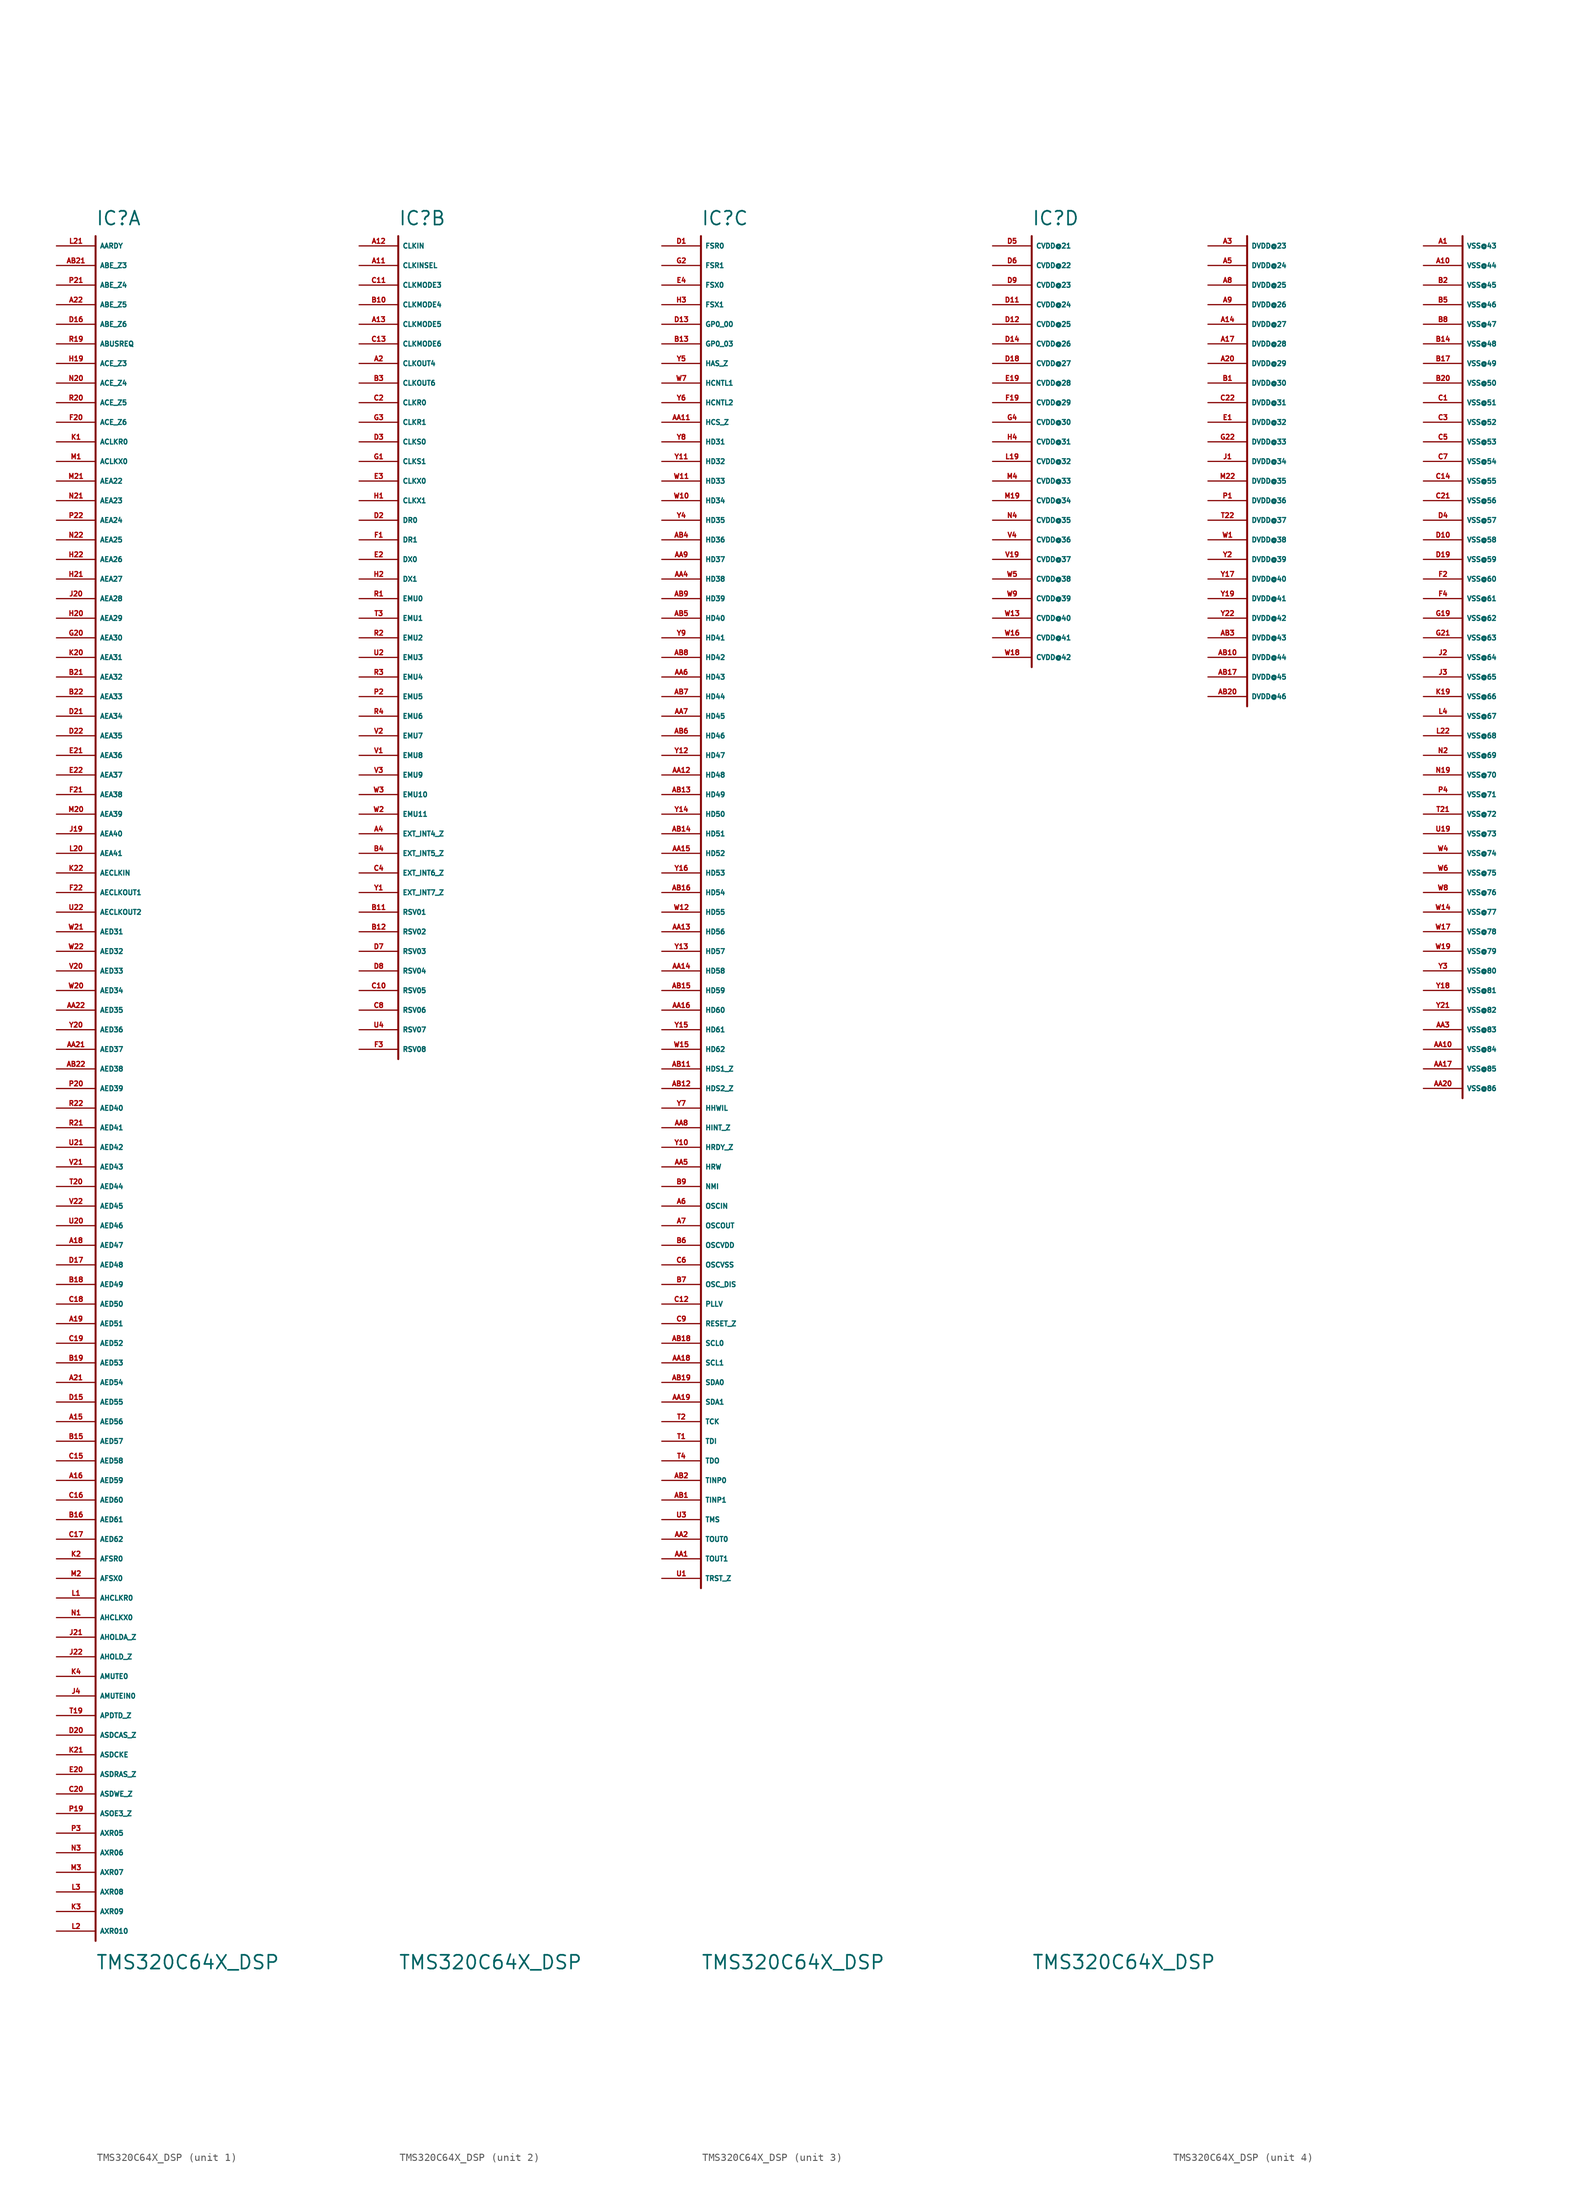
<source format=kicad_sym>
(kicad_symbol_lib
  (version 20220914)
  (generator Eagle2Kicad)
  (symbol "TMS320C64X_DSP"
    (property "Reference" "IC"
      (at 0 2.54 0)
      (effects (font (size 1.778 1.778) (thickness 0.22)) (justify left bottom)))
    (property "Value" "TMS320C64X_DSP"
      (at 0 -223.52 0)
      (effects (font (size 1.778 1.778) (thickness 0.22)) (justify left bottom)))
    (symbol "TMS320C64X_DSP_1_0"
      (polyline (pts (xy 0 1.27) (xy 0 -219.71)) (stroke (width 0.254) (type default)) (fill (type none)))
      (pin input line (at -5.08 0 0) (length 5.08) (name "AARDY" (effects (font (size 0.635 0.635) (thickness 0.08)) (justify left bottom))) (number "L21" (effects (font (size 0.635 0.635) (thickness 0.08)) (justify left bottom))))
      (pin output line (at -5.08 -2.54 0) (length 5.08) (name "ABE_Z3" (effects (font (size 0.635 0.635) (thickness 0.08)) (justify left bottom))) (number "AB21" (effects (font (size 0.635 0.635) (thickness 0.08)) (justify left bottom))))
      (pin output line (at -5.08 -5.08 0) (length 5.08) (name "ABE_Z4" (effects (font (size 0.635 0.635) (thickness 0.08)) (justify left bottom))) (number "P21" (effects (font (size 0.635 0.635) (thickness 0.08)) (justify left bottom))))
      (pin output line (at -5.08 -7.62 0) (length 5.08) (name "ABE_Z5" (effects (font (size 0.635 0.635) (thickness 0.08)) (justify left bottom))) (number "A22" (effects (font (size 0.635 0.635) (thickness 0.08)) (justify left bottom))))
      (pin output line (at -5.08 -10.16 0) (length 5.08) (name "ABE_Z6" (effects (font (size 0.635 0.635) (thickness 0.08)) (justify left bottom))) (number "D16" (effects (font (size 0.635 0.635) (thickness 0.08)) (justify left bottom))))
      (pin output line (at -5.08 -12.7 0) (length 5.08) (name "ABUSREQ" (effects (font (size 0.635 0.635) (thickness 0.08)) (justify left bottom))) (number "R19" (effects (font (size 0.635 0.635) (thickness 0.08)) (justify left bottom))))
      (pin output line (at -5.08 -15.24 0) (length 5.08) (name "ACE_Z3" (effects (font (size 0.635 0.635) (thickness 0.08)) (justify left bottom))) (number "H19" (effects (font (size 0.635 0.635) (thickness 0.08)) (justify left bottom))))
      (pin output line (at -5.08 -17.78 0) (length 5.08) (name "ACE_Z4" (effects (font (size 0.635 0.635) (thickness 0.08)) (justify left bottom))) (number "N20" (effects (font (size 0.635 0.635) (thickness 0.08)) (justify left bottom))))
      (pin output line (at -5.08 -20.32 0) (length 5.08) (name "ACE_Z5" (effects (font (size 0.635 0.635) (thickness 0.08)) (justify left bottom))) (number "R20" (effects (font (size 0.635 0.635) (thickness 0.08)) (justify left bottom))))
      (pin output line (at -5.08 -22.86 0) (length 5.08) (name "ACE_Z6" (effects (font (size 0.635 0.635) (thickness 0.08)) (justify left bottom))) (number "F20" (effects (font (size 0.635 0.635) (thickness 0.08)) (justify left bottom))))
      (pin bidirectional line (at -5.08 -25.4 0) (length 5.08) (name "ACLKR0" (effects (font (size 0.635 0.635) (thickness 0.08)) (justify left bottom))) (number "K1" (effects (font (size 0.635 0.635) (thickness 0.08)) (justify left bottom))))
      (pin bidirectional line (at -5.08 -27.94 0) (length 5.08) (name "ACLKX0" (effects (font (size 0.635 0.635) (thickness 0.08)) (justify left bottom))) (number "M1" (effects (font (size 0.635 0.635) (thickness 0.08)) (justify left bottom))))
      (pin bidirectional line (at -5.08 -30.48 0) (length 5.08) (name "AEA22" (effects (font (size 0.635 0.635) (thickness 0.08)) (justify left bottom))) (number "M21" (effects (font (size 0.635 0.635) (thickness 0.08)) (justify left bottom))))
      (pin bidirectional line (at -5.08 -33.02 0) (length 5.08) (name "AEA23" (effects (font (size 0.635 0.635) (thickness 0.08)) (justify left bottom))) (number "N21" (effects (font (size 0.635 0.635) (thickness 0.08)) (justify left bottom))))
      (pin bidirectional line (at -5.08 -35.56 0) (length 5.08) (name "AEA24" (effects (font (size 0.635 0.635) (thickness 0.08)) (justify left bottom))) (number "P22" (effects (font (size 0.635 0.635) (thickness 0.08)) (justify left bottom))))
      (pin bidirectional line (at -5.08 -38.1 0) (length 5.08) (name "AEA25" (effects (font (size 0.635 0.635) (thickness 0.08)) (justify left bottom))) (number "N22" (effects (font (size 0.635 0.635) (thickness 0.08)) (justify left bottom))))
      (pin bidirectional line (at -5.08 -40.64 0) (length 5.08) (name "AEA26" (effects (font (size 0.635 0.635) (thickness 0.08)) (justify left bottom))) (number "H22" (effects (font (size 0.635 0.635) (thickness 0.08)) (justify left bottom))))
      (pin bidirectional line (at -5.08 -43.18 0) (length 5.08) (name "AEA27" (effects (font (size 0.635 0.635) (thickness 0.08)) (justify left bottom))) (number "H21" (effects (font (size 0.635 0.635) (thickness 0.08)) (justify left bottom))))
      (pin bidirectional line (at -5.08 -45.72 0) (length 5.08) (name "AEA28" (effects (font (size 0.635 0.635) (thickness 0.08)) (justify left bottom))) (number "J20" (effects (font (size 0.635 0.635) (thickness 0.08)) (justify left bottom))))
      (pin bidirectional line (at -5.08 -48.26 0) (length 5.08) (name "AEA29" (effects (font (size 0.635 0.635) (thickness 0.08)) (justify left bottom))) (number "H20" (effects (font (size 0.635 0.635) (thickness 0.08)) (justify left bottom))))
      (pin bidirectional line (at -5.08 -50.8 0) (length 5.08) (name "AEA30" (effects (font (size 0.635 0.635) (thickness 0.08)) (justify left bottom))) (number "G20" (effects (font (size 0.635 0.635) (thickness 0.08)) (justify left bottom))))
      (pin bidirectional line (at -5.08 -53.34 0) (length 5.08) (name "AEA31" (effects (font (size 0.635 0.635) (thickness 0.08)) (justify left bottom))) (number "K20" (effects (font (size 0.635 0.635) (thickness 0.08)) (justify left bottom))))
      (pin bidirectional line (at -5.08 -55.88 0) (length 5.08) (name "AEA32" (effects (font (size 0.635 0.635) (thickness 0.08)) (justify left bottom))) (number "B21" (effects (font (size 0.635 0.635) (thickness 0.08)) (justify left bottom))))
      (pin bidirectional line (at -5.08 -58.42 0) (length 5.08) (name "AEA33" (effects (font (size 0.635 0.635) (thickness 0.08)) (justify left bottom))) (number "B22" (effects (font (size 0.635 0.635) (thickness 0.08)) (justify left bottom))))
      (pin bidirectional line (at -5.08 -60.96 0) (length 5.08) (name "AEA34" (effects (font (size 0.635 0.635) (thickness 0.08)) (justify left bottom))) (number "D21" (effects (font (size 0.635 0.635) (thickness 0.08)) (justify left bottom))))
      (pin bidirectional line (at -5.08 -63.5 0) (length 5.08) (name "AEA35" (effects (font (size 0.635 0.635) (thickness 0.08)) (justify left bottom))) (number "D22" (effects (font (size 0.635 0.635) (thickness 0.08)) (justify left bottom))))
      (pin bidirectional line (at -5.08 -66.04 0) (length 5.08) (name "AEA36" (effects (font (size 0.635 0.635) (thickness 0.08)) (justify left bottom))) (number "E21" (effects (font (size 0.635 0.635) (thickness 0.08)) (justify left bottom))))
      (pin bidirectional line (at -5.08 -68.58 0) (length 5.08) (name "AEA37" (effects (font (size 0.635 0.635) (thickness 0.08)) (justify left bottom))) (number "E22" (effects (font (size 0.635 0.635) (thickness 0.08)) (justify left bottom))))
      (pin bidirectional line (at -5.08 -71.12 0) (length 5.08) (name "AEA38" (effects (font (size 0.635 0.635) (thickness 0.08)) (justify left bottom))) (number "F21" (effects (font (size 0.635 0.635) (thickness 0.08)) (justify left bottom))))
      (pin bidirectional line (at -5.08 -73.66 0) (length 5.08) (name "AEA39" (effects (font (size 0.635 0.635) (thickness 0.08)) (justify left bottom))) (number "M20" (effects (font (size 0.635 0.635) (thickness 0.08)) (justify left bottom))))
      (pin bidirectional line (at -5.08 -76.2 0) (length 5.08) (name "AEA40" (effects (font (size 0.635 0.635) (thickness 0.08)) (justify left bottom))) (number "J19" (effects (font (size 0.635 0.635) (thickness 0.08)) (justify left bottom))))
      (pin bidirectional line (at -5.08 -78.74 0) (length 5.08) (name "AEA41" (effects (font (size 0.635 0.635) (thickness 0.08)) (justify left bottom))) (number "L20" (effects (font (size 0.635 0.635) (thickness 0.08)) (justify left bottom))))
      (pin input line (at -5.08 -81.28 0) (length 5.08) (name "AECLKIN" (effects (font (size 0.635 0.635) (thickness 0.08)) (justify left bottom))) (number "K22" (effects (font (size 0.635 0.635) (thickness 0.08)) (justify left bottom))))
      (pin output line (at -5.08 -83.82 0) (length 5.08) (name "AECLKOUT1" (effects (font (size 0.635 0.635) (thickness 0.08)) (justify left bottom))) (number "F22" (effects (font (size 0.635 0.635) (thickness 0.08)) (justify left bottom))))
      (pin output line (at -5.08 -86.36 0) (length 5.08) (name "AECLKOUT2" (effects (font (size 0.635 0.635) (thickness 0.08)) (justify left bottom))) (number "U22" (effects (font (size 0.635 0.635) (thickness 0.08)) (justify left bottom))))
      (pin bidirectional line (at -5.08 -88.9 0) (length 5.08) (name "AED31" (effects (font (size 0.635 0.635) (thickness 0.08)) (justify left bottom))) (number "W21" (effects (font (size 0.635 0.635) (thickness 0.08)) (justify left bottom))))
      (pin bidirectional line (at -5.08 -91.44 0) (length 5.08) (name "AED32" (effects (font (size 0.635 0.635) (thickness 0.08)) (justify left bottom))) (number "W22" (effects (font (size 0.635 0.635) (thickness 0.08)) (justify left bottom))))
      (pin bidirectional line (at -5.08 -93.98 0) (length 5.08) (name "AED33" (effects (font (size 0.635 0.635) (thickness 0.08)) (justify left bottom))) (number "V20" (effects (font (size 0.635 0.635) (thickness 0.08)) (justify left bottom))))
      (pin bidirectional line (at -5.08 -96.52 0) (length 5.08) (name "AED34" (effects (font (size 0.635 0.635) (thickness 0.08)) (justify left bottom))) (number "W20" (effects (font (size 0.635 0.635) (thickness 0.08)) (justify left bottom))))
      (pin bidirectional line (at -5.08 -99.06 0) (length 5.08) (name "AED35" (effects (font (size 0.635 0.635) (thickness 0.08)) (justify left bottom))) (number "AA22" (effects (font (size 0.635 0.635) (thickness 0.08)) (justify left bottom))))
      (pin bidirectional line (at -5.08 -101.6 0) (length 5.08) (name "AED36" (effects (font (size 0.635 0.635) (thickness 0.08)) (justify left bottom))) (number "Y20" (effects (font (size 0.635 0.635) (thickness 0.08)) (justify left bottom))))
      (pin bidirectional line (at -5.08 -104.14 0) (length 5.08) (name "AED37" (effects (font (size 0.635 0.635) (thickness 0.08)) (justify left bottom))) (number "AA21" (effects (font (size 0.635 0.635) (thickness 0.08)) (justify left bottom))))
      (pin bidirectional line (at -5.08 -106.68 0) (length 5.08) (name "AED38" (effects (font (size 0.635 0.635) (thickness 0.08)) (justify left bottom))) (number "AB22" (effects (font (size 0.635 0.635) (thickness 0.08)) (justify left bottom))))
      (pin bidirectional line (at -5.08 -109.22 0) (length 5.08) (name "AED39" (effects (font (size 0.635 0.635) (thickness 0.08)) (justify left bottom))) (number "P20" (effects (font (size 0.635 0.635) (thickness 0.08)) (justify left bottom))))
      (pin bidirectional line (at -5.08 -111.76 0) (length 5.08) (name "AED40" (effects (font (size 0.635 0.635) (thickness 0.08)) (justify left bottom))) (number "R22" (effects (font (size 0.635 0.635) (thickness 0.08)) (justify left bottom))))
      (pin bidirectional line (at -5.08 -114.3 0) (length 5.08) (name "AED41" (effects (font (size 0.635 0.635) (thickness 0.08)) (justify left bottom))) (number "R21" (effects (font (size 0.635 0.635) (thickness 0.08)) (justify left bottom))))
      (pin bidirectional line (at -5.08 -116.84 0) (length 5.08) (name "AED42" (effects (font (size 0.635 0.635) (thickness 0.08)) (justify left bottom))) (number "U21" (effects (font (size 0.635 0.635) (thickness 0.08)) (justify left bottom))))
      (pin bidirectional line (at -5.08 -119.38 0) (length 5.08) (name "AED43" (effects (font (size 0.635 0.635) (thickness 0.08)) (justify left bottom))) (number "V21" (effects (font (size 0.635 0.635) (thickness 0.08)) (justify left bottom))))
      (pin bidirectional line (at -5.08 -121.92 0) (length 5.08) (name "AED44" (effects (font (size 0.635 0.635) (thickness 0.08)) (justify left bottom))) (number "T20" (effects (font (size 0.635 0.635) (thickness 0.08)) (justify left bottom))))
      (pin bidirectional line (at -5.08 -124.46 0) (length 5.08) (name "AED45" (effects (font (size 0.635 0.635) (thickness 0.08)) (justify left bottom))) (number "V22" (effects (font (size 0.635 0.635) (thickness 0.08)) (justify left bottom))))
      (pin bidirectional line (at -5.08 -127 0) (length 5.08) (name "AED46" (effects (font (size 0.635 0.635) (thickness 0.08)) (justify left bottom))) (number "U20" (effects (font (size 0.635 0.635) (thickness 0.08)) (justify left bottom))))
      (pin bidirectional line (at -5.08 -129.54 0) (length 5.08) (name "AED47" (effects (font (size 0.635 0.635) (thickness 0.08)) (justify left bottom))) (number "A18" (effects (font (size 0.635 0.635) (thickness 0.08)) (justify left bottom))))
      (pin bidirectional line (at -5.08 -132.08 0) (length 5.08) (name "AED48" (effects (font (size 0.635 0.635) (thickness 0.08)) (justify left bottom))) (number "D17" (effects (font (size 0.635 0.635) (thickness 0.08)) (justify left bottom))))
      (pin bidirectional line (at -5.08 -134.62 0) (length 5.08) (name "AED49" (effects (font (size 0.635 0.635) (thickness 0.08)) (justify left bottom))) (number "B18" (effects (font (size 0.635 0.635) (thickness 0.08)) (justify left bottom))))
      (pin bidirectional line (at -5.08 -137.16 0) (length 5.08) (name "AED50" (effects (font (size 0.635 0.635) (thickness 0.08)) (justify left bottom))) (number "C18" (effects (font (size 0.635 0.635) (thickness 0.08)) (justify left bottom))))
      (pin bidirectional line (at -5.08 -139.7 0) (length 5.08) (name "AED51" (effects (font (size 0.635 0.635) (thickness 0.08)) (justify left bottom))) (number "A19" (effects (font (size 0.635 0.635) (thickness 0.08)) (justify left bottom))))
      (pin bidirectional line (at -5.08 -142.24 0) (length 5.08) (name "AED52" (effects (font (size 0.635 0.635) (thickness 0.08)) (justify left bottom))) (number "C19" (effects (font (size 0.635 0.635) (thickness 0.08)) (justify left bottom))))
      (pin bidirectional line (at -5.08 -144.78 0) (length 5.08) (name "AED53" (effects (font (size 0.635 0.635) (thickness 0.08)) (justify left bottom))) (number "B19" (effects (font (size 0.635 0.635) (thickness 0.08)) (justify left bottom))))
      (pin bidirectional line (at -5.08 -147.32 0) (length 5.08) (name "AED54" (effects (font (size 0.635 0.635) (thickness 0.08)) (justify left bottom))) (number "A21" (effects (font (size 0.635 0.635) (thickness 0.08)) (justify left bottom))))
      (pin bidirectional line (at -5.08 -149.86 0) (length 5.08) (name "AED55" (effects (font (size 0.635 0.635) (thickness 0.08)) (justify left bottom))) (number "D15" (effects (font (size 0.635 0.635) (thickness 0.08)) (justify left bottom))))
      (pin bidirectional line (at -5.08 -152.4 0) (length 5.08) (name "AED56" (effects (font (size 0.635 0.635) (thickness 0.08)) (justify left bottom))) (number "A15" (effects (font (size 0.635 0.635) (thickness 0.08)) (justify left bottom))))
      (pin bidirectional line (at -5.08 -154.94 0) (length 5.08) (name "AED57" (effects (font (size 0.635 0.635) (thickness 0.08)) (justify left bottom))) (number "B15" (effects (font (size 0.635 0.635) (thickness 0.08)) (justify left bottom))))
      (pin bidirectional line (at -5.08 -157.48 0) (length 5.08) (name "AED58" (effects (font (size 0.635 0.635) (thickness 0.08)) (justify left bottom))) (number "C15" (effects (font (size 0.635 0.635) (thickness 0.08)) (justify left bottom))))
      (pin bidirectional line (at -5.08 -160.02 0) (length 5.08) (name "AED59" (effects (font (size 0.635 0.635) (thickness 0.08)) (justify left bottom))) (number "A16" (effects (font (size 0.635 0.635) (thickness 0.08)) (justify left bottom))))
      (pin bidirectional line (at -5.08 -162.56 0) (length 5.08) (name "AED60" (effects (font (size 0.635 0.635) (thickness 0.08)) (justify left bottom))) (number "C16" (effects (font (size 0.635 0.635) (thickness 0.08)) (justify left bottom))))
      (pin bidirectional line (at -5.08 -165.1 0) (length 5.08) (name "AED61" (effects (font (size 0.635 0.635) (thickness 0.08)) (justify left bottom))) (number "B16" (effects (font (size 0.635 0.635) (thickness 0.08)) (justify left bottom))))
      (pin bidirectional line (at -5.08 -167.64 0) (length 5.08) (name "AED62" (effects (font (size 0.635 0.635) (thickness 0.08)) (justify left bottom))) (number "C17" (effects (font (size 0.635 0.635) (thickness 0.08)) (justify left bottom))))
      (pin bidirectional line (at -5.08 -170.18 0) (length 5.08) (name "AFSR0" (effects (font (size 0.635 0.635) (thickness 0.08)) (justify left bottom))) (number "K2" (effects (font (size 0.635 0.635) (thickness 0.08)) (justify left bottom))))
      (pin bidirectional line (at -5.08 -172.72 0) (length 5.08) (name "AFSX0" (effects (font (size 0.635 0.635) (thickness 0.08)) (justify left bottom))) (number "M2" (effects (font (size 0.635 0.635) (thickness 0.08)) (justify left bottom))))
      (pin bidirectional line (at -5.08 -175.26 0) (length 5.08) (name "AHCLKR0" (effects (font (size 0.635 0.635) (thickness 0.08)) (justify left bottom))) (number "L1" (effects (font (size 0.635 0.635) (thickness 0.08)) (justify left bottom))))
      (pin bidirectional line (at -5.08 -177.8 0) (length 5.08) (name "AHCLKX0" (effects (font (size 0.635 0.635) (thickness 0.08)) (justify left bottom))) (number "N1" (effects (font (size 0.635 0.635) (thickness 0.08)) (justify left bottom))))
      (pin output line (at -5.08 -180.34 0) (length 5.08) (name "AHOLDA_Z" (effects (font (size 0.635 0.635) (thickness 0.08)) (justify left bottom))) (number "J21" (effects (font (size 0.635 0.635) (thickness 0.08)) (justify left bottom))))
      (pin input line (at -5.08 -182.88 0) (length 5.08) (name "AHOLD_Z" (effects (font (size 0.635 0.635) (thickness 0.08)) (justify left bottom))) (number "J22" (effects (font (size 0.635 0.635) (thickness 0.08)) (justify left bottom))))
      (pin bidirectional line (at -5.08 -185.42 0) (length 5.08) (name "AMUTE0" (effects (font (size 0.635 0.635) (thickness 0.08)) (justify left bottom))) (number "K4" (effects (font (size 0.635 0.635) (thickness 0.08)) (justify left bottom))))
      (pin input line (at -5.08 -187.96 0) (length 5.08) (name "AMUTEIN0" (effects (font (size 0.635 0.635) (thickness 0.08)) (justify left bottom))) (number "J4" (effects (font (size 0.635 0.635) (thickness 0.08)) (justify left bottom))))
      (pin output line (at -5.08 -190.5 0) (length 5.08) (name "APDTD_Z" (effects (font (size 0.635 0.635) (thickness 0.08)) (justify left bottom))) (number "T19" (effects (font (size 0.635 0.635) (thickness 0.08)) (justify left bottom))))
      (pin output line (at -5.08 -193.04 0) (length 5.08) (name "ASDCAS_Z" (effects (font (size 0.635 0.635) (thickness 0.08)) (justify left bottom))) (number "D20" (effects (font (size 0.635 0.635) (thickness 0.08)) (justify left bottom))))
      (pin output line (at -5.08 -195.58 0) (length 5.08) (name "ASDCKE" (effects (font (size 0.635 0.635) (thickness 0.08)) (justify left bottom))) (number "K21" (effects (font (size 0.635 0.635) (thickness 0.08)) (justify left bottom))))
      (pin output line (at -5.08 -198.12 0) (length 5.08) (name "ASDRAS_Z" (effects (font (size 0.635 0.635) (thickness 0.08)) (justify left bottom))) (number "E20" (effects (font (size 0.635 0.635) (thickness 0.08)) (justify left bottom))))
      (pin output line (at -5.08 -200.66 0) (length 5.08) (name "ASDWE_Z" (effects (font (size 0.635 0.635) (thickness 0.08)) (justify left bottom))) (number "C20" (effects (font (size 0.635 0.635) (thickness 0.08)) (justify left bottom))))
      (pin output line (at -5.08 -203.2 0) (length 5.08) (name "ASOE3_Z" (effects (font (size 0.635 0.635) (thickness 0.08)) (justify left bottom))) (number "P19" (effects (font (size 0.635 0.635) (thickness 0.08)) (justify left bottom))))
      (pin bidirectional line (at -5.08 -205.74 0) (length 5.08) (name "AXR05" (effects (font (size 0.635 0.635) (thickness 0.08)) (justify left bottom))) (number "P3" (effects (font (size 0.635 0.635) (thickness 0.08)) (justify left bottom))))
      (pin bidirectional line (at -5.08 -208.28 0) (length 5.08) (name "AXR06" (effects (font (size 0.635 0.635) (thickness 0.08)) (justify left bottom))) (number "N3" (effects (font (size 0.635 0.635) (thickness 0.08)) (justify left bottom))))
      (pin bidirectional line (at -5.08 -210.82 0) (length 5.08) (name "AXR07" (effects (font (size 0.635 0.635) (thickness 0.08)) (justify left bottom))) (number "M3" (effects (font (size 0.635 0.635) (thickness 0.08)) (justify left bottom))))
      (pin bidirectional line (at -5.08 -213.36 0) (length 5.08) (name "AXR08" (effects (font (size 0.635 0.635) (thickness 0.08)) (justify left bottom))) (number "L3" (effects (font (size 0.635 0.635) (thickness 0.08)) (justify left bottom))))
      (pin bidirectional line (at -5.08 -215.9 0) (length 5.08) (name "AXR09" (effects (font (size 0.635 0.635) (thickness 0.08)) (justify left bottom))) (number "K3" (effects (font (size 0.635 0.635) (thickness 0.08)) (justify left bottom))))
      (pin bidirectional line (at -5.08 -218.44 0) (length 5.08) (name "AXR010" (effects (font (size 0.635 0.635) (thickness 0.08)) (justify left bottom))) (number "L2" (effects (font (size 0.635 0.635) (thickness 0.08)) (justify left bottom)))))
    (symbol "TMS320C64X_DSP_2_0"
      (polyline (pts (xy 0 1.27) (xy 0 -105.41)) (stroke (width 0.254) (type default)) (fill (type none)))
      (pin input line (at -5.08 0 0) (length 5.08) (name "CLKIN" (effects (font (size 0.635 0.635) (thickness 0.08)) (justify left bottom))) (number "A12" (effects (font (size 0.635 0.635) (thickness 0.08)) (justify left bottom))))
      (pin input line (at -5.08 -2.54 0) (length 5.08) (name "CLKINSEL" (effects (font (size 0.635 0.635) (thickness 0.08)) (justify left bottom))) (number "A11" (effects (font (size 0.635 0.635) (thickness 0.08)) (justify left bottom))))
      (pin input line (at -5.08 -5.08 0) (length 5.08) (name "CLKMODE3" (effects (font (size 0.635 0.635) (thickness 0.08)) (justify left bottom))) (number "C11" (effects (font (size 0.635 0.635) (thickness 0.08)) (justify left bottom))))
      (pin input line (at -5.08 -7.62 0) (length 5.08) (name "CLKMODE4" (effects (font (size 0.635 0.635) (thickness 0.08)) (justify left bottom))) (number "B10" (effects (font (size 0.635 0.635) (thickness 0.08)) (justify left bottom))))
      (pin input line (at -5.08 -10.16 0) (length 5.08) (name "CLKMODE5" (effects (font (size 0.635 0.635) (thickness 0.08)) (justify left bottom))) (number "A13" (effects (font (size 0.635 0.635) (thickness 0.08)) (justify left bottom))))
      (pin input line (at -5.08 -12.7 0) (length 5.08) (name "CLKMODE6" (effects (font (size 0.635 0.635) (thickness 0.08)) (justify left bottom))) (number "C13" (effects (font (size 0.635 0.635) (thickness 0.08)) (justify left bottom))))
      (pin bidirectional line (at -5.08 -15.24 0) (length 5.08) (name "CLKOUT4" (effects (font (size 0.635 0.635) (thickness 0.08)) (justify left bottom))) (number "A2" (effects (font (size 0.635 0.635) (thickness 0.08)) (justify left bottom))))
      (pin bidirectional line (at -5.08 -17.78 0) (length 5.08) (name "CLKOUT6" (effects (font (size 0.635 0.635) (thickness 0.08)) (justify left bottom))) (number "B3" (effects (font (size 0.635 0.635) (thickness 0.08)) (justify left bottom))))
      (pin bidirectional line (at -5.08 -20.32 0) (length 5.08) (name "CLKR0" (effects (font (size 0.635 0.635) (thickness 0.08)) (justify left bottom))) (number "C2" (effects (font (size 0.635 0.635) (thickness 0.08)) (justify left bottom))))
      (pin bidirectional line (at -5.08 -22.86 0) (length 5.08) (name "CLKR1" (effects (font (size 0.635 0.635) (thickness 0.08)) (justify left bottom))) (number "G3" (effects (font (size 0.635 0.635) (thickness 0.08)) (justify left bottom))))
      (pin input line (at -5.08 -25.4 0) (length 5.08) (name "CLKS0" (effects (font (size 0.635 0.635) (thickness 0.08)) (justify left bottom))) (number "D3" (effects (font (size 0.635 0.635) (thickness 0.08)) (justify left bottom))))
      (pin input line (at -5.08 -27.94 0) (length 5.08) (name "CLKS1" (effects (font (size 0.635 0.635) (thickness 0.08)) (justify left bottom))) (number "G1" (effects (font (size 0.635 0.635) (thickness 0.08)) (justify left bottom))))
      (pin bidirectional line (at -5.08 -30.48 0) (length 5.08) (name "CLKX0" (effects (font (size 0.635 0.635) (thickness 0.08)) (justify left bottom))) (number "E3" (effects (font (size 0.635 0.635) (thickness 0.08)) (justify left bottom))))
      (pin bidirectional line (at -5.08 -33.02 0) (length 5.08) (name "CLKX1" (effects (font (size 0.635 0.635) (thickness 0.08)) (justify left bottom))) (number "H1" (effects (font (size 0.635 0.635) (thickness 0.08)) (justify left bottom))))
      (pin input line (at -5.08 -35.56 0) (length 5.08) (name "DR0" (effects (font (size 0.635 0.635) (thickness 0.08)) (justify left bottom))) (number "D2" (effects (font (size 0.635 0.635) (thickness 0.08)) (justify left bottom))))
      (pin input line (at -5.08 -38.1 0) (length 5.08) (name "DR1" (effects (font (size 0.635 0.635) (thickness 0.08)) (justify left bottom))) (number "F1" (effects (font (size 0.635 0.635) (thickness 0.08)) (justify left bottom))))
      (pin bidirectional line (at -5.08 -40.64 0) (length 5.08) (name "DX0" (effects (font (size 0.635 0.635) (thickness 0.08)) (justify left bottom))) (number "E2" (effects (font (size 0.635 0.635) (thickness 0.08)) (justify left bottom))))
      (pin output line (at -5.08 -43.18 0) (length 5.08) (name "DX1" (effects (font (size 0.635 0.635) (thickness 0.08)) (justify left bottom))) (number "H2" (effects (font (size 0.635 0.635) (thickness 0.08)) (justify left bottom))))
      (pin bidirectional line (at -5.08 -45.72 0) (length 5.08) (name "EMU0" (effects (font (size 0.635 0.635) (thickness 0.08)) (justify left bottom))) (number "R1" (effects (font (size 0.635 0.635) (thickness 0.08)) (justify left bottom))))
      (pin input line (at -5.08 -48.26 0) (length 5.08) (name "EMU1" (effects (font (size 0.635 0.635) (thickness 0.08)) (justify left bottom))) (number "T3" (effects (font (size 0.635 0.635) (thickness 0.08)) (justify left bottom))))
      (pin bidirectional line (at -5.08 -50.8 0) (length 5.08) (name "EMU2" (effects (font (size 0.635 0.635) (thickness 0.08)) (justify left bottom))) (number "R2" (effects (font (size 0.635 0.635) (thickness 0.08)) (justify left bottom))))
      (pin bidirectional line (at -5.08 -53.34 0) (length 5.08) (name "EMU3" (effects (font (size 0.635 0.635) (thickness 0.08)) (justify left bottom))) (number "U2" (effects (font (size 0.635 0.635) (thickness 0.08)) (justify left bottom))))
      (pin bidirectional line (at -5.08 -55.88 0) (length 5.08) (name "EMU4" (effects (font (size 0.635 0.635) (thickness 0.08)) (justify left bottom))) (number "R3" (effects (font (size 0.635 0.635) (thickness 0.08)) (justify left bottom))))
      (pin bidirectional line (at -5.08 -58.42 0) (length 5.08) (name "EMU5" (effects (font (size 0.635 0.635) (thickness 0.08)) (justify left bottom))) (number "P2" (effects (font (size 0.635 0.635) (thickness 0.08)) (justify left bottom))))
      (pin bidirectional line (at -5.08 -60.96 0) (length 5.08) (name "EMU6" (effects (font (size 0.635 0.635) (thickness 0.08)) (justify left bottom))) (number "R4" (effects (font (size 0.635 0.635) (thickness 0.08)) (justify left bottom))))
      (pin bidirectional line (at -5.08 -63.5 0) (length 5.08) (name "EMU7" (effects (font (size 0.635 0.635) (thickness 0.08)) (justify left bottom))) (number "V2" (effects (font (size 0.635 0.635) (thickness 0.08)) (justify left bottom))))
      (pin bidirectional line (at -5.08 -66.04 0) (length 5.08) (name "EMU8" (effects (font (size 0.635 0.635) (thickness 0.08)) (justify left bottom))) (number "V1" (effects (font (size 0.635 0.635) (thickness 0.08)) (justify left bottom))))
      (pin bidirectional line (at -5.08 -68.58 0) (length 5.08) (name "EMU9" (effects (font (size 0.635 0.635) (thickness 0.08)) (justify left bottom))) (number "V3" (effects (font (size 0.635 0.635) (thickness 0.08)) (justify left bottom))))
      (pin bidirectional line (at -5.08 -71.12 0) (length 5.08) (name "EMU10" (effects (font (size 0.635 0.635) (thickness 0.08)) (justify left bottom))) (number "W3" (effects (font (size 0.635 0.635) (thickness 0.08)) (justify left bottom))))
      (pin bidirectional line (at -5.08 -73.66 0) (length 5.08) (name "EMU11" (effects (font (size 0.635 0.635) (thickness 0.08)) (justify left bottom))) (number "W2" (effects (font (size 0.635 0.635) (thickness 0.08)) (justify left bottom))))
      (pin bidirectional line (at -5.08 -76.2 0) (length 5.08) (name "EXT_INT4_Z" (effects (font (size 0.635 0.635) (thickness 0.08)) (justify left bottom))) (number "A4" (effects (font (size 0.635 0.635) (thickness 0.08)) (justify left bottom))))
      (pin bidirectional line (at -5.08 -78.74 0) (length 5.08) (name "EXT_INT5_Z" (effects (font (size 0.635 0.635) (thickness 0.08)) (justify left bottom))) (number "B4" (effects (font (size 0.635 0.635) (thickness 0.08)) (justify left bottom))))
      (pin bidirectional line (at -5.08 -81.28 0) (length 5.08) (name "EXT_INT6_Z" (effects (font (size 0.635 0.635) (thickness 0.08)) (justify left bottom))) (number "C4" (effects (font (size 0.635 0.635) (thickness 0.08)) (justify left bottom))))
      (pin bidirectional line (at -5.08 -83.82 0) (length 5.08) (name "EXT_INT7_Z" (effects (font (size 0.635 0.635) (thickness 0.08)) (justify left bottom))) (number "Y1" (effects (font (size 0.635 0.635) (thickness 0.08)) (justify left bottom))))
      (pin passive line (at -5.08 -86.36 0) (length 5.08) (name "RSV01" (effects (font (size 0.635 0.635) (thickness 0.08)) (justify left bottom))) (number "B11" (effects (font (size 0.635 0.635) (thickness 0.08)) (justify left bottom))))
      (pin passive line (at -5.08 -88.9 0) (length 5.08) (name "RSV02" (effects (font (size 0.635 0.635) (thickness 0.08)) (justify left bottom))) (number "B12" (effects (font (size 0.635 0.635) (thickness 0.08)) (justify left bottom))))
      (pin passive line (at -5.08 -91.44 0) (length 5.08) (name "RSV03" (effects (font (size 0.635 0.635) (thickness 0.08)) (justify left bottom))) (number "D7" (effects (font (size 0.635 0.635) (thickness 0.08)) (justify left bottom))))
      (pin passive line (at -5.08 -93.98 0) (length 5.08) (name "RSV04" (effects (font (size 0.635 0.635) (thickness 0.08)) (justify left bottom))) (number "D8" (effects (font (size 0.635 0.635) (thickness 0.08)) (justify left bottom))))
      (pin output line (at -5.08 -96.52 0) (length 5.08) (name "RSV05" (effects (font (size 0.635 0.635) (thickness 0.08)) (justify left bottom))) (number "C10" (effects (font (size 0.635 0.635) (thickness 0.08)) (justify left bottom))))
      (pin input line (at -5.08 -99.06 0) (length 5.08) (name "RSV06" (effects (font (size 0.635 0.635) (thickness 0.08)) (justify left bottom))) (number "C8" (effects (font (size 0.635 0.635) (thickness 0.08)) (justify left bottom))))
      (pin passive line (at -5.08 -101.6 0) (length 5.08) (name "RSV07" (effects (font (size 0.635 0.635) (thickness 0.08)) (justify left bottom))) (number "U4" (effects (font (size 0.635 0.635) (thickness 0.08)) (justify left bottom))))
      (pin passive line (at -5.08 -104.14 0) (length 5.08) (name "RSV08" (effects (font (size 0.635 0.635) (thickness 0.08)) (justify left bottom))) (number "F3" (effects (font (size 0.635 0.635) (thickness 0.08)) (justify left bottom)))))
    (symbol "TMS320C64X_DSP_3_0"
      (polyline (pts (xy 0 -173.99) (xy 0 1.27)) (stroke (width 0.254) (type default)) (fill (type none)))
      (pin bidirectional line (at -5.08 0 0) (length 5.08) (name "FSR0" (effects (font (size 0.635 0.635) (thickness 0.08)) (justify left bottom))) (number "D1" (effects (font (size 0.635 0.635) (thickness 0.08)) (justify left bottom))))
      (pin bidirectional line (at -5.08 -2.54 0) (length 5.08) (name "FSR1" (effects (font (size 0.635 0.635) (thickness 0.08)) (justify left bottom))) (number "G2" (effects (font (size 0.635 0.635) (thickness 0.08)) (justify left bottom))))
      (pin bidirectional line (at -5.08 -5.08 0) (length 5.08) (name "FSX0" (effects (font (size 0.635 0.635) (thickness 0.08)) (justify left bottom))) (number "E4" (effects (font (size 0.635 0.635) (thickness 0.08)) (justify left bottom))))
      (pin bidirectional line (at -5.08 -7.62 0) (length 5.08) (name "FSX1" (effects (font (size 0.635 0.635) (thickness 0.08)) (justify left bottom))) (number "H3" (effects (font (size 0.635 0.635) (thickness 0.08)) (justify left bottom))))
      (pin bidirectional line (at -5.08 -10.16 0) (length 5.08) (name "GP0_00" (effects (font (size 0.635 0.635) (thickness 0.08)) (justify left bottom))) (number "D13" (effects (font (size 0.635 0.635) (thickness 0.08)) (justify left bottom))))
      (pin bidirectional line (at -5.08 -12.7 0) (length 5.08) (name "GP0_03" (effects (font (size 0.635 0.635) (thickness 0.08)) (justify left bottom))) (number "B13" (effects (font (size 0.635 0.635) (thickness 0.08)) (justify left bottom))))
      (pin input line (at -5.08 -15.24 0) (length 5.08) (name "HAS_Z" (effects (font (size 0.635 0.635) (thickness 0.08)) (justify left bottom))) (number "Y5" (effects (font (size 0.635 0.635) (thickness 0.08)) (justify left bottom))))
      (pin input line (at -5.08 -17.78 0) (length 5.08) (name "HCNTL1" (effects (font (size 0.635 0.635) (thickness 0.08)) (justify left bottom))) (number "W7" (effects (font (size 0.635 0.635) (thickness 0.08)) (justify left bottom))))
      (pin input line (at -5.08 -20.32 0) (length 5.08) (name "HCNTL2" (effects (font (size 0.635 0.635) (thickness 0.08)) (justify left bottom))) (number "Y6" (effects (font (size 0.635 0.635) (thickness 0.08)) (justify left bottom))))
      (pin input line (at -5.08 -22.86 0) (length 5.08) (name "HCS_Z" (effects (font (size 0.635 0.635) (thickness 0.08)) (justify left bottom))) (number "AA11" (effects (font (size 0.635 0.635) (thickness 0.08)) (justify left bottom))))
      (pin bidirectional line (at -5.08 -25.4 0) (length 5.08) (name "HD31" (effects (font (size 0.635 0.635) (thickness 0.08)) (justify left bottom))) (number "Y8" (effects (font (size 0.635 0.635) (thickness 0.08)) (justify left bottom))))
      (pin bidirectional line (at -5.08 -27.94 0) (length 5.08) (name "HD32" (effects (font (size 0.635 0.635) (thickness 0.08)) (justify left bottom))) (number "Y11" (effects (font (size 0.635 0.635) (thickness 0.08)) (justify left bottom))))
      (pin bidirectional line (at -5.08 -30.48 0) (length 5.08) (name "HD33" (effects (font (size 0.635 0.635) (thickness 0.08)) (justify left bottom))) (number "W11" (effects (font (size 0.635 0.635) (thickness 0.08)) (justify left bottom))))
      (pin bidirectional line (at -5.08 -33.02 0) (length 5.08) (name "HD34" (effects (font (size 0.635 0.635) (thickness 0.08)) (justify left bottom))) (number "W10" (effects (font (size 0.635 0.635) (thickness 0.08)) (justify left bottom))))
      (pin bidirectional line (at -5.08 -35.56 0) (length 5.08) (name "HD35" (effects (font (size 0.635 0.635) (thickness 0.08)) (justify left bottom))) (number "Y4" (effects (font (size 0.635 0.635) (thickness 0.08)) (justify left bottom))))
      (pin bidirectional line (at -5.08 -38.1 0) (length 5.08) (name "HD36" (effects (font (size 0.635 0.635) (thickness 0.08)) (justify left bottom))) (number "AB4" (effects (font (size 0.635 0.635) (thickness 0.08)) (justify left bottom))))
      (pin bidirectional line (at -5.08 -40.64 0) (length 5.08) (name "HD37" (effects (font (size 0.635 0.635) (thickness 0.08)) (justify left bottom))) (number "AA9" (effects (font (size 0.635 0.635) (thickness 0.08)) (justify left bottom))))
      (pin bidirectional line (at -5.08 -43.18 0) (length 5.08) (name "HD38" (effects (font (size 0.635 0.635) (thickness 0.08)) (justify left bottom))) (number "AA4" (effects (font (size 0.635 0.635) (thickness 0.08)) (justify left bottom))))
      (pin bidirectional line (at -5.08 -45.72 0) (length 5.08) (name "HD39" (effects (font (size 0.635 0.635) (thickness 0.08)) (justify left bottom))) (number "AB9" (effects (font (size 0.635 0.635) (thickness 0.08)) (justify left bottom))))
      (pin bidirectional line (at -5.08 -48.26 0) (length 5.08) (name "HD40" (effects (font (size 0.635 0.635) (thickness 0.08)) (justify left bottom))) (number "AB5" (effects (font (size 0.635 0.635) (thickness 0.08)) (justify left bottom))))
      (pin bidirectional line (at -5.08 -50.8 0) (length 5.08) (name "HD41" (effects (font (size 0.635 0.635) (thickness 0.08)) (justify left bottom))) (number "Y9" (effects (font (size 0.635 0.635) (thickness 0.08)) (justify left bottom))))
      (pin bidirectional line (at -5.08 -53.34 0) (length 5.08) (name "HD42" (effects (font (size 0.635 0.635) (thickness 0.08)) (justify left bottom))) (number "AB8" (effects (font (size 0.635 0.635) (thickness 0.08)) (justify left bottom))))
      (pin bidirectional line (at -5.08 -55.88 0) (length 5.08) (name "HD43" (effects (font (size 0.635 0.635) (thickness 0.08)) (justify left bottom))) (number "AA6" (effects (font (size 0.635 0.635) (thickness 0.08)) (justify left bottom))))
      (pin bidirectional line (at -5.08 -58.42 0) (length 5.08) (name "HD44" (effects (font (size 0.635 0.635) (thickness 0.08)) (justify left bottom))) (number "AB7" (effects (font (size 0.635 0.635) (thickness 0.08)) (justify left bottom))))
      (pin bidirectional line (at -5.08 -60.96 0) (length 5.08) (name "HD45" (effects (font (size 0.635 0.635) (thickness 0.08)) (justify left bottom))) (number "AA7" (effects (font (size 0.635 0.635) (thickness 0.08)) (justify left bottom))))
      (pin bidirectional line (at -5.08 -63.5 0) (length 5.08) (name "HD46" (effects (font (size 0.635 0.635) (thickness 0.08)) (justify left bottom))) (number "AB6" (effects (font (size 0.635 0.635) (thickness 0.08)) (justify left bottom))))
      (pin bidirectional line (at -5.08 -66.04 0) (length 5.08) (name "HD47" (effects (font (size 0.635 0.635) (thickness 0.08)) (justify left bottom))) (number "Y12" (effects (font (size 0.635 0.635) (thickness 0.08)) (justify left bottom))))
      (pin bidirectional line (at -5.08 -68.58 0) (length 5.08) (name "HD48" (effects (font (size 0.635 0.635) (thickness 0.08)) (justify left bottom))) (number "AA12" (effects (font (size 0.635 0.635) (thickness 0.08)) (justify left bottom))))
      (pin bidirectional line (at -5.08 -71.12 0) (length 5.08) (name "HD49" (effects (font (size 0.635 0.635) (thickness 0.08)) (justify left bottom))) (number "AB13" (effects (font (size 0.635 0.635) (thickness 0.08)) (justify left bottom))))
      (pin bidirectional line (at -5.08 -73.66 0) (length 5.08) (name "HD50" (effects (font (size 0.635 0.635) (thickness 0.08)) (justify left bottom))) (number "Y14" (effects (font (size 0.635 0.635) (thickness 0.08)) (justify left bottom))))
      (pin bidirectional line (at -5.08 -76.2 0) (length 5.08) (name "HD51" (effects (font (size 0.635 0.635) (thickness 0.08)) (justify left bottom))) (number "AB14" (effects (font (size 0.635 0.635) (thickness 0.08)) (justify left bottom))))
      (pin bidirectional line (at -5.08 -78.74 0) (length 5.08) (name "HD52" (effects (font (size 0.635 0.635) (thickness 0.08)) (justify left bottom))) (number "AA15" (effects (font (size 0.635 0.635) (thickness 0.08)) (justify left bottom))))
      (pin bidirectional line (at -5.08 -81.28 0) (length 5.08) (name "HD53" (effects (font (size 0.635 0.635) (thickness 0.08)) (justify left bottom))) (number "Y16" (effects (font (size 0.635 0.635) (thickness 0.08)) (justify left bottom))))
      (pin bidirectional line (at -5.08 -83.82 0) (length 5.08) (name "HD54" (effects (font (size 0.635 0.635) (thickness 0.08)) (justify left bottom))) (number "AB16" (effects (font (size 0.635 0.635) (thickness 0.08)) (justify left bottom))))
      (pin bidirectional line (at -5.08 -86.36 0) (length 5.08) (name "HD55" (effects (font (size 0.635 0.635) (thickness 0.08)) (justify left bottom))) (number "W12" (effects (font (size 0.635 0.635) (thickness 0.08)) (justify left bottom))))
      (pin bidirectional line (at -5.08 -88.9 0) (length 5.08) (name "HD56" (effects (font (size 0.635 0.635) (thickness 0.08)) (justify left bottom))) (number "AA13" (effects (font (size 0.635 0.635) (thickness 0.08)) (justify left bottom))))
      (pin bidirectional line (at -5.08 -91.44 0) (length 5.08) (name "HD57" (effects (font (size 0.635 0.635) (thickness 0.08)) (justify left bottom))) (number "Y13" (effects (font (size 0.635 0.635) (thickness 0.08)) (justify left bottom))))
      (pin bidirectional line (at -5.08 -93.98 0) (length 5.08) (name "HD58" (effects (font (size 0.635 0.635) (thickness 0.08)) (justify left bottom))) (number "AA14" (effects (font (size 0.635 0.635) (thickness 0.08)) (justify left bottom))))
      (pin bidirectional line (at -5.08 -96.52 0) (length 5.08) (name "HD59" (effects (font (size 0.635 0.635) (thickness 0.08)) (justify left bottom))) (number "AB15" (effects (font (size 0.635 0.635) (thickness 0.08)) (justify left bottom))))
      (pin bidirectional line (at -5.08 -99.06 0) (length 5.08) (name "HD60" (effects (font (size 0.635 0.635) (thickness 0.08)) (justify left bottom))) (number "AA16" (effects (font (size 0.635 0.635) (thickness 0.08)) (justify left bottom))))
      (pin bidirectional line (at -5.08 -101.6 0) (length 5.08) (name "HD61" (effects (font (size 0.635 0.635) (thickness 0.08)) (justify left bottom))) (number "Y15" (effects (font (size 0.635 0.635) (thickness 0.08)) (justify left bottom))))
      (pin bidirectional line (at -5.08 -104.14 0) (length 5.08) (name "HD62" (effects (font (size 0.635 0.635) (thickness 0.08)) (justify left bottom))) (number "W15" (effects (font (size 0.635 0.635) (thickness 0.08)) (justify left bottom))))
      (pin input line (at -5.08 -106.68 0) (length 5.08) (name "HDS1_Z" (effects (font (size 0.635 0.635) (thickness 0.08)) (justify left bottom))) (number "AB11" (effects (font (size 0.635 0.635) (thickness 0.08)) (justify left bottom))))
      (pin input line (at -5.08 -109.22 0) (length 5.08) (name "HDS2_Z" (effects (font (size 0.635 0.635) (thickness 0.08)) (justify left bottom))) (number "AB12" (effects (font (size 0.635 0.635) (thickness 0.08)) (justify left bottom))))
      (pin input line (at -5.08 -111.76 0) (length 5.08) (name "HHWIL" (effects (font (size 0.635 0.635) (thickness 0.08)) (justify left bottom))) (number "Y7" (effects (font (size 0.635 0.635) (thickness 0.08)) (justify left bottom))))
      (pin bidirectional line (at -5.08 -114.3 0) (length 5.08) (name "HINT_Z" (effects (font (size 0.635 0.635) (thickness 0.08)) (justify left bottom))) (number "AA8" (effects (font (size 0.635 0.635) (thickness 0.08)) (justify left bottom))))
      (pin bidirectional line (at -5.08 -116.84 0) (length 5.08) (name "HRDY_Z" (effects (font (size 0.635 0.635) (thickness 0.08)) (justify left bottom))) (number "Y10" (effects (font (size 0.635 0.635) (thickness 0.08)) (justify left bottom))))
      (pin input line (at -5.08 -119.38 0) (length 5.08) (name "HRW" (effects (font (size 0.635 0.635) (thickness 0.08)) (justify left bottom))) (number "AA5" (effects (font (size 0.635 0.635) (thickness 0.08)) (justify left bottom))))
      (pin input line (at -5.08 -121.92 0) (length 5.08) (name "NMI" (effects (font (size 0.635 0.635) (thickness 0.08)) (justify left bottom))) (number "B9" (effects (font (size 0.635 0.635) (thickness 0.08)) (justify left bottom))))
      (pin passive line (at -5.08 -124.46 0) (length 5.08) (name "OSCIN" (effects (font (size 0.635 0.635) (thickness 0.08)) (justify left bottom))) (number "A6" (effects (font (size 0.635 0.635) (thickness 0.08)) (justify left bottom))))
      (pin passive line (at -5.08 -127 0) (length 5.08) (name "OSCOUT" (effects (font (size 0.635 0.635) (thickness 0.08)) (justify left bottom))) (number "A7" (effects (font (size 0.635 0.635) (thickness 0.08)) (justify left bottom))))
      (pin passive line (at -5.08 -129.54 0) (length 5.08) (name "OSCVDD" (effects (font (size 0.635 0.635) (thickness 0.08)) (justify left bottom))) (number "B6" (effects (font (size 0.635 0.635) (thickness 0.08)) (justify left bottom))))
      (pin passive line (at -5.08 -132.08 0) (length 5.08) (name "OSCVSS" (effects (font (size 0.635 0.635) (thickness 0.08)) (justify left bottom))) (number "C6" (effects (font (size 0.635 0.635) (thickness 0.08)) (justify left bottom))))
      (pin input line (at -5.08 -134.62 0) (length 5.08) (name "OSC_DIS" (effects (font (size 0.635 0.635) (thickness 0.08)) (justify left bottom))) (number "B7" (effects (font (size 0.635 0.635) (thickness 0.08)) (justify left bottom))))
      (pin passive line (at -5.08 -137.16 0) (length 5.08) (name "PLLV" (effects (font (size 0.635 0.635) (thickness 0.08)) (justify left bottom))) (number "C12" (effects (font (size 0.635 0.635) (thickness 0.08)) (justify left bottom))))
      (pin input line (at -5.08 -139.7 0) (length 5.08) (name "RESET_Z" (effects (font (size 0.635 0.635) (thickness 0.08)) (justify left bottom))) (number "C9" (effects (font (size 0.635 0.635) (thickness 0.08)) (justify left bottom))))
      (pin bidirectional line (at -5.08 -142.24 0) (length 5.08) (name "SCL0" (effects (font (size 0.635 0.635) (thickness 0.08)) (justify left bottom))) (number "AB18" (effects (font (size 0.635 0.635) (thickness 0.08)) (justify left bottom))))
      (pin bidirectional line (at -5.08 -144.78 0) (length 5.08) (name "SCL1" (effects (font (size 0.635 0.635) (thickness 0.08)) (justify left bottom))) (number "AA18" (effects (font (size 0.635 0.635) (thickness 0.08)) (justify left bottom))))
      (pin bidirectional line (at -5.08 -147.32 0) (length 5.08) (name "SDA0" (effects (font (size 0.635 0.635) (thickness 0.08)) (justify left bottom))) (number "AB19" (effects (font (size 0.635 0.635) (thickness 0.08)) (justify left bottom))))
      (pin bidirectional line (at -5.08 -149.86 0) (length 5.08) (name "SDA1" (effects (font (size 0.635 0.635) (thickness 0.08)) (justify left bottom))) (number "AA19" (effects (font (size 0.635 0.635) (thickness 0.08)) (justify left bottom))))
      (pin input line (at -5.08 -152.4 0) (length 5.08) (name "TCK" (effects (font (size 0.635 0.635) (thickness 0.08)) (justify left bottom))) (number "T2" (effects (font (size 0.635 0.635) (thickness 0.08)) (justify left bottom))))
      (pin input line (at -5.08 -154.94 0) (length 5.08) (name "TDI" (effects (font (size 0.635 0.635) (thickness 0.08)) (justify left bottom))) (number "T1" (effects (font (size 0.635 0.635) (thickness 0.08)) (justify left bottom))))
      (pin output line (at -5.08 -157.48 0) (length 5.08) (name "TDO" (effects (font (size 0.635 0.635) (thickness 0.08)) (justify left bottom))) (number "T4" (effects (font (size 0.635 0.635) (thickness 0.08)) (justify left bottom))))
      (pin input line (at -5.08 -160.02 0) (length 5.08) (name "TINP0" (effects (font (size 0.635 0.635) (thickness 0.08)) (justify left bottom))) (number "AB2" (effects (font (size 0.635 0.635) (thickness 0.08)) (justify left bottom))))
      (pin input line (at -5.08 -162.56 0) (length 5.08) (name "TINP1" (effects (font (size 0.635 0.635) (thickness 0.08)) (justify left bottom))) (number "AB1" (effects (font (size 0.635 0.635) (thickness 0.08)) (justify left bottom))))
      (pin input line (at -5.08 -165.1 0) (length 5.08) (name "TMS" (effects (font (size 0.635 0.635) (thickness 0.08)) (justify left bottom))) (number "U3" (effects (font (size 0.635 0.635) (thickness 0.08)) (justify left bottom))))
      (pin bidirectional line (at -5.08 -167.64 0) (length 5.08) (name "TOUT0" (effects (font (size 0.635 0.635) (thickness 0.08)) (justify left bottom))) (number "AA2" (effects (font (size 0.635 0.635) (thickness 0.08)) (justify left bottom))))
      (pin bidirectional line (at -5.08 -170.18 0) (length 5.08) (name "TOUT1" (effects (font (size 0.635 0.635) (thickness 0.08)) (justify left bottom))) (number "AA1" (effects (font (size 0.635 0.635) (thickness 0.08)) (justify left bottom))))
      (pin input line (at -5.08 -172.72 0) (length 5.08) (name "TRST_Z" (effects (font (size 0.635 0.635) (thickness 0.08)) (justify left bottom))) (number "U1" (effects (font (size 0.635 0.635) (thickness 0.08)) (justify left bottom)))))
    (symbol "TMS320C64X_DSP_4_0"
      (polyline (pts (xy 0 1.27) (xy 0 -54.61)) (stroke (width 0.254) (type default)) (fill (type none)))
      (polyline (pts (xy 27.94 1.27) (xy 27.94 -59.69)) (stroke (width 0.254) (type default)) (fill (type none)))
      (polyline (pts (xy 55.88 1.27) (xy 55.88 -110.49)) (stroke (width 0.254) (type default)) (fill (type none)))
      (pin passive line (at -5.08 0 0) (length 5.08) (name "CVDD@21" (effects (font (size 0.635 0.635) (thickness 0.08)) (justify left bottom))) (number "D5" (effects (font (size 0.635 0.635) (thickness 0.08)) (justify left bottom))))
      (pin passive line (at -5.08 -2.54 0) (length 5.08) (name "CVDD@22" (effects (font (size 0.635 0.635) (thickness 0.08)) (justify left bottom))) (number "D6" (effects (font (size 0.635 0.635) (thickness 0.08)) (justify left bottom))))
      (pin passive line (at -5.08 -5.08 0) (length 5.08) (name "CVDD@23" (effects (font (size 0.635 0.635) (thickness 0.08)) (justify left bottom))) (number "D9" (effects (font (size 0.635 0.635) (thickness 0.08)) (justify left bottom))))
      (pin passive line (at -5.08 -7.62 0) (length 5.08) (name "CVDD@24" (effects (font (size 0.635 0.635) (thickness 0.08)) (justify left bottom))) (number "D11" (effects (font (size 0.635 0.635) (thickness 0.08)) (justify left bottom))))
      (pin passive line (at -5.08 -10.16 0) (length 5.08) (name "CVDD@25" (effects (font (size 0.635 0.635) (thickness 0.08)) (justify left bottom))) (number "D12" (effects (font (size 0.635 0.635) (thickness 0.08)) (justify left bottom))))
      (pin passive line (at -5.08 -12.7 0) (length 5.08) (name "CVDD@26" (effects (font (size 0.635 0.635) (thickness 0.08)) (justify left bottom))) (number "D14" (effects (font (size 0.635 0.635) (thickness 0.08)) (justify left bottom))))
      (pin passive line (at -5.08 -15.24 0) (length 5.08) (name "CVDD@27" (effects (font (size 0.635 0.635) (thickness 0.08)) (justify left bottom))) (number "D18" (effects (font (size 0.635 0.635) (thickness 0.08)) (justify left bottom))))
      (pin passive line (at -5.08 -17.78 0) (length 5.08) (name "CVDD@28" (effects (font (size 0.635 0.635) (thickness 0.08)) (justify left bottom))) (number "E19" (effects (font (size 0.635 0.635) (thickness 0.08)) (justify left bottom))))
      (pin passive line (at -5.08 -20.32 0) (length 5.08) (name "CVDD@29" (effects (font (size 0.635 0.635) (thickness 0.08)) (justify left bottom))) (number "F19" (effects (font (size 0.635 0.635) (thickness 0.08)) (justify left bottom))))
      (pin passive line (at -5.08 -22.86 0) (length 5.08) (name "CVDD@30" (effects (font (size 0.635 0.635) (thickness 0.08)) (justify left bottom))) (number "G4" (effects (font (size 0.635 0.635) (thickness 0.08)) (justify left bottom))))
      (pin passive line (at -5.08 -25.4 0) (length 5.08) (name "CVDD@31" (effects (font (size 0.635 0.635) (thickness 0.08)) (justify left bottom))) (number "H4" (effects (font (size 0.635 0.635) (thickness 0.08)) (justify left bottom))))
      (pin passive line (at -5.08 -27.94 0) (length 5.08) (name "CVDD@32" (effects (font (size 0.635 0.635) (thickness 0.08)) (justify left bottom))) (number "L19" (effects (font (size 0.635 0.635) (thickness 0.08)) (justify left bottom))))
      (pin passive line (at -5.08 -30.48 0) (length 5.08) (name "CVDD@33" (effects (font (size 0.635 0.635) (thickness 0.08)) (justify left bottom))) (number "M4" (effects (font (size 0.635 0.635) (thickness 0.08)) (justify left bottom))))
      (pin passive line (at -5.08 -33.02 0) (length 5.08) (name "CVDD@34" (effects (font (size 0.635 0.635) (thickness 0.08)) (justify left bottom))) (number "M19" (effects (font (size 0.635 0.635) (thickness 0.08)) (justify left bottom))))
      (pin passive line (at -5.08 -35.56 0) (length 5.08) (name "CVDD@35" (effects (font (size 0.635 0.635) (thickness 0.08)) (justify left bottom))) (number "N4" (effects (font (size 0.635 0.635) (thickness 0.08)) (justify left bottom))))
      (pin passive line (at -5.08 -38.1 0) (length 5.08) (name "CVDD@36" (effects (font (size 0.635 0.635) (thickness 0.08)) (justify left bottom))) (number "V4" (effects (font (size 0.635 0.635) (thickness 0.08)) (justify left bottom))))
      (pin passive line (at -5.08 -40.64 0) (length 5.08) (name "CVDD@37" (effects (font (size 0.635 0.635) (thickness 0.08)) (justify left bottom))) (number "V19" (effects (font (size 0.635 0.635) (thickness 0.08)) (justify left bottom))))
      (pin passive line (at -5.08 -43.18 0) (length 5.08) (name "CVDD@38" (effects (font (size 0.635 0.635) (thickness 0.08)) (justify left bottom))) (number "W5" (effects (font (size 0.635 0.635) (thickness 0.08)) (justify left bottom))))
      (pin passive line (at -5.08 -45.72 0) (length 5.08) (name "CVDD@39" (effects (font (size 0.635 0.635) (thickness 0.08)) (justify left bottom))) (number "W9" (effects (font (size 0.635 0.635) (thickness 0.08)) (justify left bottom))))
      (pin passive line (at -5.08 -48.26 0) (length 5.08) (name "CVDD@40" (effects (font (size 0.635 0.635) (thickness 0.08)) (justify left bottom))) (number "W13" (effects (font (size 0.635 0.635) (thickness 0.08)) (justify left bottom))))
      (pin passive line (at -5.08 -50.8 0) (length 5.08) (name "CVDD@41" (effects (font (size 0.635 0.635) (thickness 0.08)) (justify left bottom))) (number "W16" (effects (font (size 0.635 0.635) (thickness 0.08)) (justify left bottom))))
      (pin passive line (at -5.08 -53.34 0) (length 5.08) (name "CVDD@42" (effects (font (size 0.635 0.635) (thickness 0.08)) (justify left bottom))) (number "W18" (effects (font (size 0.635 0.635) (thickness 0.08)) (justify left bottom))))
      (pin passive line (at 22.86 0 0) (length 5.08) (name "DVDD@23" (effects (font (size 0.635 0.635) (thickness 0.08)) (justify left bottom))) (number "A3" (effects (font (size 0.635 0.635) (thickness 0.08)) (justify left bottom))))
      (pin passive line (at 22.86 -2.54 0) (length 5.08) (name "DVDD@24" (effects (font (size 0.635 0.635) (thickness 0.08)) (justify left bottom))) (number "A5" (effects (font (size 0.635 0.635) (thickness 0.08)) (justify left bottom))))
      (pin passive line (at 22.86 -5.08 0) (length 5.08) (name "DVDD@25" (effects (font (size 0.635 0.635) (thickness 0.08)) (justify left bottom))) (number "A8" (effects (font (size 0.635 0.635) (thickness 0.08)) (justify left bottom))))
      (pin passive line (at 22.86 -7.62 0) (length 5.08) (name "DVDD@26" (effects (font (size 0.635 0.635) (thickness 0.08)) (justify left bottom))) (number "A9" (effects (font (size 0.635 0.635) (thickness 0.08)) (justify left bottom))))
      (pin passive line (at 22.86 -10.16 0) (length 5.08) (name "DVDD@27" (effects (font (size 0.635 0.635) (thickness 0.08)) (justify left bottom))) (number "A14" (effects (font (size 0.635 0.635) (thickness 0.08)) (justify left bottom))))
      (pin passive line (at 22.86 -12.7 0) (length 5.08) (name "DVDD@28" (effects (font (size 0.635 0.635) (thickness 0.08)) (justify left bottom))) (number "A17" (effects (font (size 0.635 0.635) (thickness 0.08)) (justify left bottom))))
      (pin passive line (at 22.86 -15.24 0) (length 5.08) (name "DVDD@29" (effects (font (size 0.635 0.635) (thickness 0.08)) (justify left bottom))) (number "A20" (effects (font (size 0.635 0.635) (thickness 0.08)) (justify left bottom))))
      (pin passive line (at 22.86 -17.78 0) (length 5.08) (name "DVDD@30" (effects (font (size 0.635 0.635) (thickness 0.08)) (justify left bottom))) (number "B1" (effects (font (size 0.635 0.635) (thickness 0.08)) (justify left bottom))))
      (pin passive line (at 22.86 -20.32 0) (length 5.08) (name "DVDD@31" (effects (font (size 0.635 0.635) (thickness 0.08)) (justify left bottom))) (number "C22" (effects (font (size 0.635 0.635) (thickness 0.08)) (justify left bottom))))
      (pin passive line (at 22.86 -22.86 0) (length 5.08) (name "DVDD@32" (effects (font (size 0.635 0.635) (thickness 0.08)) (justify left bottom))) (number "E1" (effects (font (size 0.635 0.635) (thickness 0.08)) (justify left bottom))))
      (pin passive line (at 22.86 -25.4 0) (length 5.08) (name "DVDD@33" (effects (font (size 0.635 0.635) (thickness 0.08)) (justify left bottom))) (number "G22" (effects (font (size 0.635 0.635) (thickness 0.08)) (justify left bottom))))
      (pin passive line (at 22.86 -27.94 0) (length 5.08) (name "DVDD@34" (effects (font (size 0.635 0.635) (thickness 0.08)) (justify left bottom))) (number "J1" (effects (font (size 0.635 0.635) (thickness 0.08)) (justify left bottom))))
      (pin passive line (at 22.86 -30.48 0) (length 5.08) (name "DVDD@35" (effects (font (size 0.635 0.635) (thickness 0.08)) (justify left bottom))) (number "M22" (effects (font (size 0.635 0.635) (thickness 0.08)) (justify left bottom))))
      (pin passive line (at 22.86 -33.02 0) (length 5.08) (name "DVDD@36" (effects (font (size 0.635 0.635) (thickness 0.08)) (justify left bottom))) (number "P1" (effects (font (size 0.635 0.635) (thickness 0.08)) (justify left bottom))))
      (pin passive line (at 22.86 -35.56 0) (length 5.08) (name "DVDD@37" (effects (font (size 0.635 0.635) (thickness 0.08)) (justify left bottom))) (number "T22" (effects (font (size 0.635 0.635) (thickness 0.08)) (justify left bottom))))
      (pin passive line (at 22.86 -38.1 0) (length 5.08) (name "DVDD@38" (effects (font (size 0.635 0.635) (thickness 0.08)) (justify left bottom))) (number "W1" (effects (font (size 0.635 0.635) (thickness 0.08)) (justify left bottom))))
      (pin passive line (at 22.86 -40.64 0) (length 5.08) (name "DVDD@39" (effects (font (size 0.635 0.635) (thickness 0.08)) (justify left bottom))) (number "Y2" (effects (font (size 0.635 0.635) (thickness 0.08)) (justify left bottom))))
      (pin passive line (at 22.86 -43.18 0) (length 5.08) (name "DVDD@40" (effects (font (size 0.635 0.635) (thickness 0.08)) (justify left bottom))) (number "Y17" (effects (font (size 0.635 0.635) (thickness 0.08)) (justify left bottom))))
      (pin passive line (at 22.86 -45.72 0) (length 5.08) (name "DVDD@41" (effects (font (size 0.635 0.635) (thickness 0.08)) (justify left bottom))) (number "Y19" (effects (font (size 0.635 0.635) (thickness 0.08)) (justify left bottom))))
      (pin passive line (at 22.86 -48.26 0) (length 5.08) (name "DVDD@42" (effects (font (size 0.635 0.635) (thickness 0.08)) (justify left bottom))) (number "Y22" (effects (font (size 0.635 0.635) (thickness 0.08)) (justify left bottom))))
      (pin passive line (at 22.86 -50.8 0) (length 5.08) (name "DVDD@43" (effects (font (size 0.635 0.635) (thickness 0.08)) (justify left bottom))) (number "AB3" (effects (font (size 0.635 0.635) (thickness 0.08)) (justify left bottom))))
      (pin passive line (at 22.86 -53.34 0) (length 5.08) (name "DVDD@44" (effects (font (size 0.635 0.635) (thickness 0.08)) (justify left bottom))) (number "AB10" (effects (font (size 0.635 0.635) (thickness 0.08)) (justify left bottom))))
      (pin passive line (at 22.86 -55.88 0) (length 5.08) (name "DVDD@45" (effects (font (size 0.635 0.635) (thickness 0.08)) (justify left bottom))) (number "AB17" (effects (font (size 0.635 0.635) (thickness 0.08)) (justify left bottom))))
      (pin passive line (at 22.86 -58.42 0) (length 5.08) (name "DVDD@46" (effects (font (size 0.635 0.635) (thickness 0.08)) (justify left bottom))) (number "AB20" (effects (font (size 0.635 0.635) (thickness 0.08)) (justify left bottom))))
      (pin passive line (at 50.8 0 0) (length 5.08) (name "VSS@43" (effects (font (size 0.635 0.635) (thickness 0.08)) (justify left bottom))) (number "A1" (effects (font (size 0.635 0.635) (thickness 0.08)) (justify left bottom))))
      (pin passive line (at 50.8 -2.54 0) (length 5.08) (name "VSS@44" (effects (font (size 0.635 0.635) (thickness 0.08)) (justify left bottom))) (number "A10" (effects (font (size 0.635 0.635) (thickness 0.08)) (justify left bottom))))
      (pin passive line (at 50.8 -5.08 0) (length 5.08) (name "VSS@45" (effects (font (size 0.635 0.635) (thickness 0.08)) (justify left bottom))) (number "B2" (effects (font (size 0.635 0.635) (thickness 0.08)) (justify left bottom))))
      (pin passive line (at 50.8 -7.62 0) (length 5.08) (name "VSS@46" (effects (font (size 0.635 0.635) (thickness 0.08)) (justify left bottom))) (number "B5" (effects (font (size 0.635 0.635) (thickness 0.08)) (justify left bottom))))
      (pin passive line (at 50.8 -10.16 0) (length 5.08) (name "VSS@47" (effects (font (size 0.635 0.635) (thickness 0.08)) (justify left bottom))) (number "B8" (effects (font (size 0.635 0.635) (thickness 0.08)) (justify left bottom))))
      (pin passive line (at 50.8 -12.7 0) (length 5.08) (name "VSS@48" (effects (font (size 0.635 0.635) (thickness 0.08)) (justify left bottom))) (number "B14" (effects (font (size 0.635 0.635) (thickness 0.08)) (justify left bottom))))
      (pin passive line (at 50.8 -15.24 0) (length 5.08) (name "VSS@49" (effects (font (size 0.635 0.635) (thickness 0.08)) (justify left bottom))) (number "B17" (effects (font (size 0.635 0.635) (thickness 0.08)) (justify left bottom))))
      (pin passive line (at 50.8 -17.78 0) (length 5.08) (name "VSS@50" (effects (font (size 0.635 0.635) (thickness 0.08)) (justify left bottom))) (number "B20" (effects (font (size 0.635 0.635) (thickness 0.08)) (justify left bottom))))
      (pin passive line (at 50.8 -20.32 0) (length 5.08) (name "VSS@51" (effects (font (size 0.635 0.635) (thickness 0.08)) (justify left bottom))) (number "C1" (effects (font (size 0.635 0.635) (thickness 0.08)) (justify left bottom))))
      (pin passive line (at 50.8 -22.86 0) (length 5.08) (name "VSS@52" (effects (font (size 0.635 0.635) (thickness 0.08)) (justify left bottom))) (number "C3" (effects (font (size 0.635 0.635) (thickness 0.08)) (justify left bottom))))
      (pin passive line (at 50.8 -25.4 0) (length 5.08) (name "VSS@53" (effects (font (size 0.635 0.635) (thickness 0.08)) (justify left bottom))) (number "C5" (effects (font (size 0.635 0.635) (thickness 0.08)) (justify left bottom))))
      (pin passive line (at 50.8 -27.94 0) (length 5.08) (name "VSS@54" (effects (font (size 0.635 0.635) (thickness 0.08)) (justify left bottom))) (number "C7" (effects (font (size 0.635 0.635) (thickness 0.08)) (justify left bottom))))
      (pin passive line (at 50.8 -30.48 0) (length 5.08) (name "VSS@55" (effects (font (size 0.635 0.635) (thickness 0.08)) (justify left bottom))) (number "C14" (effects (font (size 0.635 0.635) (thickness 0.08)) (justify left bottom))))
      (pin passive line (at 50.8 -33.02 0) (length 5.08) (name "VSS@56" (effects (font (size 0.635 0.635) (thickness 0.08)) (justify left bottom))) (number "C21" (effects (font (size 0.635 0.635) (thickness 0.08)) (justify left bottom))))
      (pin passive line (at 50.8 -35.56 0) (length 5.08) (name "VSS@57" (effects (font (size 0.635 0.635) (thickness 0.08)) (justify left bottom))) (number "D4" (effects (font (size 0.635 0.635) (thickness 0.08)) (justify left bottom))))
      (pin passive line (at 50.8 -38.1 0) (length 5.08) (name "VSS@58" (effects (font (size 0.635 0.635) (thickness 0.08)) (justify left bottom))) (number "D10" (effects (font (size 0.635 0.635) (thickness 0.08)) (justify left bottom))))
      (pin passive line (at 50.8 -40.64 0) (length 5.08) (name "VSS@59" (effects (font (size 0.635 0.635) (thickness 0.08)) (justify left bottom))) (number "D19" (effects (font (size 0.635 0.635) (thickness 0.08)) (justify left bottom))))
      (pin passive line (at 50.8 -43.18 0) (length 5.08) (name "VSS@60" (effects (font (size 0.635 0.635) (thickness 0.08)) (justify left bottom))) (number "F2" (effects (font (size 0.635 0.635) (thickness 0.08)) (justify left bottom))))
      (pin passive line (at 50.8 -45.72 0) (length 5.08) (name "VSS@61" (effects (font (size 0.635 0.635) (thickness 0.08)) (justify left bottom))) (number "F4" (effects (font (size 0.635 0.635) (thickness 0.08)) (justify left bottom))))
      (pin passive line (at 50.8 -48.26 0) (length 5.08) (name "VSS@62" (effects (font (size 0.635 0.635) (thickness 0.08)) (justify left bottom))) (number "G19" (effects (font (size 0.635 0.635) (thickness 0.08)) (justify left bottom))))
      (pin passive line (at 50.8 -50.8 0) (length 5.08) (name "VSS@63" (effects (font (size 0.635 0.635) (thickness 0.08)) (justify left bottom))) (number "G21" (effects (font (size 0.635 0.635) (thickness 0.08)) (justify left bottom))))
      (pin passive line (at 50.8 -53.34 0) (length 5.08) (name "VSS@64" (effects (font (size 0.635 0.635) (thickness 0.08)) (justify left bottom))) (number "J2" (effects (font (size 0.635 0.635) (thickness 0.08)) (justify left bottom))))
      (pin passive line (at 50.8 -55.88 0) (length 5.08) (name "VSS@65" (effects (font (size 0.635 0.635) (thickness 0.08)) (justify left bottom))) (number "J3" (effects (font (size 0.635 0.635) (thickness 0.08)) (justify left bottom))))
      (pin passive line (at 50.8 -58.42 0) (length 5.08) (name "VSS@66" (effects (font (size 0.635 0.635) (thickness 0.08)) (justify left bottom))) (number "K19" (effects (font (size 0.635 0.635) (thickness 0.08)) (justify left bottom))))
      (pin passive line (at 50.8 -60.96 0) (length 5.08) (name "VSS@67" (effects (font (size 0.635 0.635) (thickness 0.08)) (justify left bottom))) (number "L4" (effects (font (size 0.635 0.635) (thickness 0.08)) (justify left bottom))))
      (pin passive line (at 50.8 -63.5 0) (length 5.08) (name "VSS@68" (effects (font (size 0.635 0.635) (thickness 0.08)) (justify left bottom))) (number "L22" (effects (font (size 0.635 0.635) (thickness 0.08)) (justify left bottom))))
      (pin passive line (at 50.8 -66.04 0) (length 5.08) (name "VSS@69" (effects (font (size 0.635 0.635) (thickness 0.08)) (justify left bottom))) (number "N2" (effects (font (size 0.635 0.635) (thickness 0.08)) (justify left bottom))))
      (pin passive line (at 50.8 -68.58 0) (length 5.08) (name "VSS@70" (effects (font (size 0.635 0.635) (thickness 0.08)) (justify left bottom))) (number "N19" (effects (font (size 0.635 0.635) (thickness 0.08)) (justify left bottom))))
      (pin passive line (at 50.8 -71.12 0) (length 5.08) (name "VSS@71" (effects (font (size 0.635 0.635) (thickness 0.08)) (justify left bottom))) (number "P4" (effects (font (size 0.635 0.635) (thickness 0.08)) (justify left bottom))))
      (pin passive line (at 50.8 -73.66 0) (length 5.08) (name "VSS@72" (effects (font (size 0.635 0.635) (thickness 0.08)) (justify left bottom))) (number "T21" (effects (font (size 0.635 0.635) (thickness 0.08)) (justify left bottom))))
      (pin passive line (at 50.8 -76.2 0) (length 5.08) (name "VSS@73" (effects (font (size 0.635 0.635) (thickness 0.08)) (justify left bottom))) (number "U19" (effects (font (size 0.635 0.635) (thickness 0.08)) (justify left bottom))))
      (pin passive line (at 50.8 -78.74 0) (length 5.08) (name "VSS@74" (effects (font (size 0.635 0.635) (thickness 0.08)) (justify left bottom))) (number "W4" (effects (font (size 0.635 0.635) (thickness 0.08)) (justify left bottom))))
      (pin passive line (at 50.8 -81.28 0) (length 5.08) (name "VSS@75" (effects (font (size 0.635 0.635) (thickness 0.08)) (justify left bottom))) (number "W6" (effects (font (size 0.635 0.635) (thickness 0.08)) (justify left bottom))))
      (pin passive line (at 50.8 -83.82 0) (length 5.08) (name "VSS@76" (effects (font (size 0.635 0.635) (thickness 0.08)) (justify left bottom))) (number "W8" (effects (font (size 0.635 0.635) (thickness 0.08)) (justify left bottom))))
      (pin passive line (at 50.8 -86.36 0) (length 5.08) (name "VSS@77" (effects (font (size 0.635 0.635) (thickness 0.08)) (justify left bottom))) (number "W14" (effects (font (size 0.635 0.635) (thickness 0.08)) (justify left bottom))))
      (pin passive line (at 50.8 -88.9 0) (length 5.08) (name "VSS@78" (effects (font (size 0.635 0.635) (thickness 0.08)) (justify left bottom))) (number "W17" (effects (font (size 0.635 0.635) (thickness 0.08)) (justify left bottom))))
      (pin passive line (at 50.8 -91.44 0) (length 5.08) (name "VSS@79" (effects (font (size 0.635 0.635) (thickness 0.08)) (justify left bottom))) (number "W19" (effects (font (size 0.635 0.635) (thickness 0.08)) (justify left bottom))))
      (pin passive line (at 50.8 -93.98 0) (length 5.08) (name "VSS@80" (effects (font (size 0.635 0.635) (thickness 0.08)) (justify left bottom))) (number "Y3" (effects (font (size 0.635 0.635) (thickness 0.08)) (justify left bottom))))
      (pin passive line (at 50.8 -96.52 0) (length 5.08) (name "VSS@81" (effects (font (size 0.635 0.635) (thickness 0.08)) (justify left bottom))) (number "Y18" (effects (font (size 0.635 0.635) (thickness 0.08)) (justify left bottom))))
      (pin passive line (at 50.8 -99.06 0) (length 5.08) (name "VSS@82" (effects (font (size 0.635 0.635) (thickness 0.08)) (justify left bottom))) (number "Y21" (effects (font (size 0.635 0.635) (thickness 0.08)) (justify left bottom))))
      (pin passive line (at 50.8 -101.6 0) (length 5.08) (name "VSS@83" (effects (font (size 0.635 0.635) (thickness 0.08)) (justify left bottom))) (number "AA3" (effects (font (size 0.635 0.635) (thickness 0.08)) (justify left bottom))))
      (pin passive line (at 50.8 -104.14 0) (length 5.08) (name "VSS@84" (effects (font (size 0.635 0.635) (thickness 0.08)) (justify left bottom))) (number "AA10" (effects (font (size 0.635 0.635) (thickness 0.08)) (justify left bottom))))
      (pin passive line (at 50.8 -106.68 0) (length 5.08) (name "VSS@85" (effects (font (size 0.635 0.635) (thickness 0.08)) (justify left bottom))) (number "AA17" (effects (font (size 0.635 0.635) (thickness 0.08)) (justify left bottom))))
      (pin passive line (at 50.8 -109.22 0) (length 5.08) (name "VSS@86" (effects (font (size 0.635 0.635) (thickness 0.08)) (justify left bottom))) (number "AA20" (effects (font (size 0.635 0.635) (thickness 0.08)) (justify left bottom)))))))
</source>
